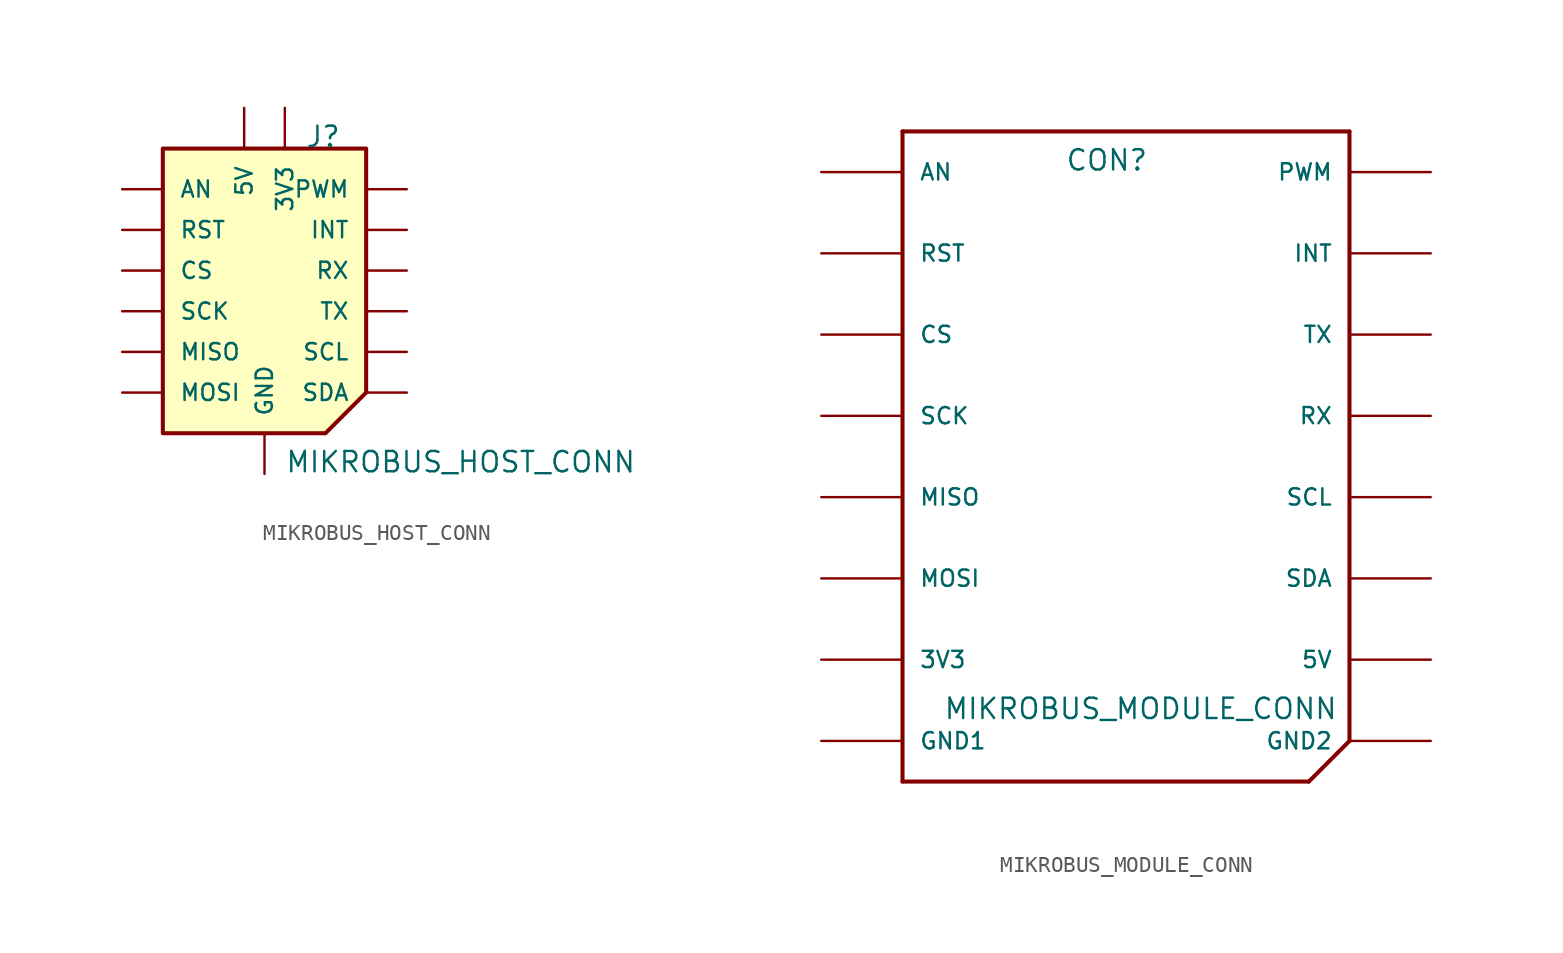
<source format=kicad_sym>
(kicad_symbol_lib
  (version 20220914)
  (generator kicad_symbol_editor)
  (symbol "MIKROBUS_HOST_CONN"
    (pin_numbers hide)
    (pin_names
      (offset 1.016))
    (property "Reference" "J"
      (at 8.89 40.64 0)
      (effects (font (size 1.27 1.27)) (justify left bottom)))
    (property "Value" "MIKROBUS_HOST_CONN"
      (at 7.62 20.32 0)
      (effects (font (size 1.27 1.27)) (justify left bottom)))
    (symbol "MIKROBUS_HOST_CONN_0_0"
      (polyline (pts (xy 12.7 25.4) (xy 10.16 22.86) (xy 0 22.86) (xy 0 40.64) (xy 12.7 40.64) (xy 12.7 25.4)) (stroke (width 0.254) (type solid)) (fill (type background)))
      (pin bidirectional line (at -2.54 38.1 0) (length 2.54) (name "AN" (effects (font (size 1.016 1.016)))) (number "P1" (effects (font (size 1.016 1.016)))))
      (pin passive line (at 5.08 43.18 270) (length 2.54) (name "5V" (effects (font (size 1.016 1.016)))) (number "P10" (effects (font (size 1.016 1.016)))))
      (pin bidirectional line (at 15.24 25.4 180) (length 2.54) (name "SDA" (effects (font (size 1.016 1.016)))) (number "P11" (effects (font (size 1.016 1.016)))))
      (pin bidirectional line (at 15.24 27.94 180) (length 2.54) (name "SCL" (effects (font (size 1.016 1.016)))) (number "P12" (effects (font (size 1.016 1.016)))))
      (pin bidirectional line (at 15.24 30.48 180) (length 2.54) (name "TX" (effects (font (size 1.016 1.016)))) (number "P13" (effects (font (size 1.016 1.016)))))
      (pin bidirectional line (at 15.24 33.02 180) (length 2.54) (name "RX" (effects (font (size 1.016 1.016)))) (number "P14" (effects (font (size 1.016 1.016)))))
      (pin bidirectional line (at 15.24 35.56 180) (length 2.54) (name "INT" (effects (font (size 1.016 1.016)))) (number "P15" (effects (font (size 1.016 1.016)))))
      (pin bidirectional line (at 15.24 38.1 180) (length 2.54) (name "PWM" (effects (font (size 1.016 1.016)))) (number "P16" (effects (font (size 1.016 1.016)))))
      (pin bidirectional line (at -2.54 35.56 0) (length 2.54) (name "RST" (effects (font (size 1.016 1.016)))) (number "P2" (effects (font (size 1.016 1.016)))))
      (pin bidirectional line (at -2.54 33.02 0) (length 2.54) (name "CS" (effects (font (size 1.016 1.016)))) (number "P3" (effects (font (size 1.016 1.016)))))
      (pin bidirectional line (at -2.54 30.48 0) (length 2.54) (name "SCK" (effects (font (size 1.016 1.016)))) (number "P4" (effects (font (size 1.016 1.016)))))
      (pin bidirectional line (at -2.54 27.94 0) (length 2.54) (name "MISO" (effects (font (size 1.016 1.016)))) (number "P5" (effects (font (size 1.016 1.016)))))
      (pin bidirectional line (at -2.54 25.4 0) (length 2.54) (name "MOSI" (effects (font (size 1.016 1.016)))) (number "P6" (effects (font (size 1.016 1.016)))))
      (pin passive line (at 7.62 43.18 270) (length 2.54) (name "3V3" (effects (font (size 1.016 1.016)))) (number "P7" (effects (font (size 1.016 1.016)))))
      (pin passive line (at 6.35 20.32 90) (length 2.54) (name "GND" (effects (font (size 1.016 1.016)))) (number "P8" (effects (font (size 1.016 1.016)))))
      (pin passive line (at 6.35 20.32 90) (length 2.54) hide (name "GND" (effects (font (size 1.016 1.016)))) (number "P9" (effects (font (size 1.016 1.016)))))))
  (symbol "MIKROBUS_MODULE_CONN"
    (pin_numbers hide)
    (pin_names
      (offset 1.016))
    (property "Reference" "CON"
      (at 10.16 38.1 0)
      (effects (font (size 1.27 1.27)) (justify left bottom)))
    (property "Value" "MIKROBUS_MODULE_CONN"
      (at 2.54 3.81 0)
      (effects (font (size 1.27 1.27)) (justify left bottom)))
    (symbol "MIKROBUS_MODULE_CONN_0_0"
      (polyline (pts (xy 0 0) (xy 0 40.64)) (stroke (width 0.254) (type solid)) (fill (type none)))
      (polyline (pts (xy 0 40.64) (xy 27.94 40.64)) (stroke (width 0.254) (type solid)) (fill (type none)))
      (polyline (pts (xy 25.4 0) (xy 0 0)) (stroke (width 0.254) (type solid)) (fill (type none)))
      (polyline (pts (xy 27.94 2.54) (xy 25.4 0)) (stroke (width 0.254) (type solid)) (fill (type none)))
      (polyline (pts (xy 27.94 40.64) (xy 27.94 2.54)) (stroke (width 0.254) (type solid)) (fill (type none)))
      (pin bidirectional line (at -5.08 38.1 0) (length 5.08) (name "AN" (effects (font (size 1.016 1.016)))) (number "P1" (effects (font (size 1.016 1.016)))))
      (pin power_in line (at 33.02 7.62 180) (length 5.08) (name "5V" (effects (font (size 1.016 1.016)))) (number "P10" (effects (font (size 1.016 1.016)))))
      (pin bidirectional line (at 33.02 12.7 180) (length 5.08) (name "SDA" (effects (font (size 1.016 1.016)))) (number "P11" (effects (font (size 1.016 1.016)))))
      (pin bidirectional line (at 33.02 17.78 180) (length 5.08) (name "SCL" (effects (font (size 1.016 1.016)))) (number "P12" (effects (font (size 1.016 1.016)))))
      (pin bidirectional line (at 33.02 22.86 180) (length 5.08) (name "RX" (effects (font (size 1.016 1.016)))) (number "P13" (effects (font (size 1.016 1.016)))))
      (pin bidirectional line (at 33.02 27.94 180) (length 5.08) (name "TX" (effects (font (size 1.016 1.016)))) (number "P14" (effects (font (size 1.016 1.016)))))
      (pin bidirectional line (at 33.02 33.02 180) (length 5.08) (name "INT" (effects (font (size 1.016 1.016)))) (number "P15" (effects (font (size 1.016 1.016)))))
      (pin bidirectional line (at 33.02 38.1 180) (length 5.08) (name "PWM" (effects (font (size 1.016 1.016)))) (number "P16" (effects (font (size 1.016 1.016)))))
      (pin bidirectional line (at -5.08 33.02 0) (length 5.08) (name "RST" (effects (font (size 1.016 1.016)))) (number "P2" (effects (font (size 1.016 1.016)))))
      (pin bidirectional line (at -5.08 27.94 0) (length 5.08) (name "CS" (effects (font (size 1.016 1.016)))) (number "P3" (effects (font (size 1.016 1.016)))))
      (pin bidirectional line (at -5.08 22.86 0) (length 5.08) (name "SCK" (effects (font (size 1.016 1.016)))) (number "P4" (effects (font (size 1.016 1.016)))))
      (pin bidirectional line (at -5.08 17.78 0) (length 5.08) (name "MISO" (effects (font (size 1.016 1.016)))) (number "P5" (effects (font (size 1.016 1.016)))))
      (pin bidirectional line (at -5.08 12.7 0) (length 5.08) (name "MOSI" (effects (font (size 1.016 1.016)))) (number "P6" (effects (font (size 1.016 1.016)))))
      (pin power_in line (at -5.08 7.62 0) (length 5.08) (name "3V3" (effects (font (size 1.016 1.016)))) (number "P7" (effects (font (size 1.016 1.016)))))
      (pin bidirectional line (at -5.08 2.54 0) (length 5.08) (name "GND1" (effects (font (size 1.016 1.016)))) (number "P8" (effects (font (size 1.016 1.016)))))
      (pin bidirectional line (at 33.02 2.54 180) (length 5.08) (name "GND2" (effects (font (size 1.016 1.016)))) (number "P9" (effects (font (size 1.016 1.016))))))))
</source>
